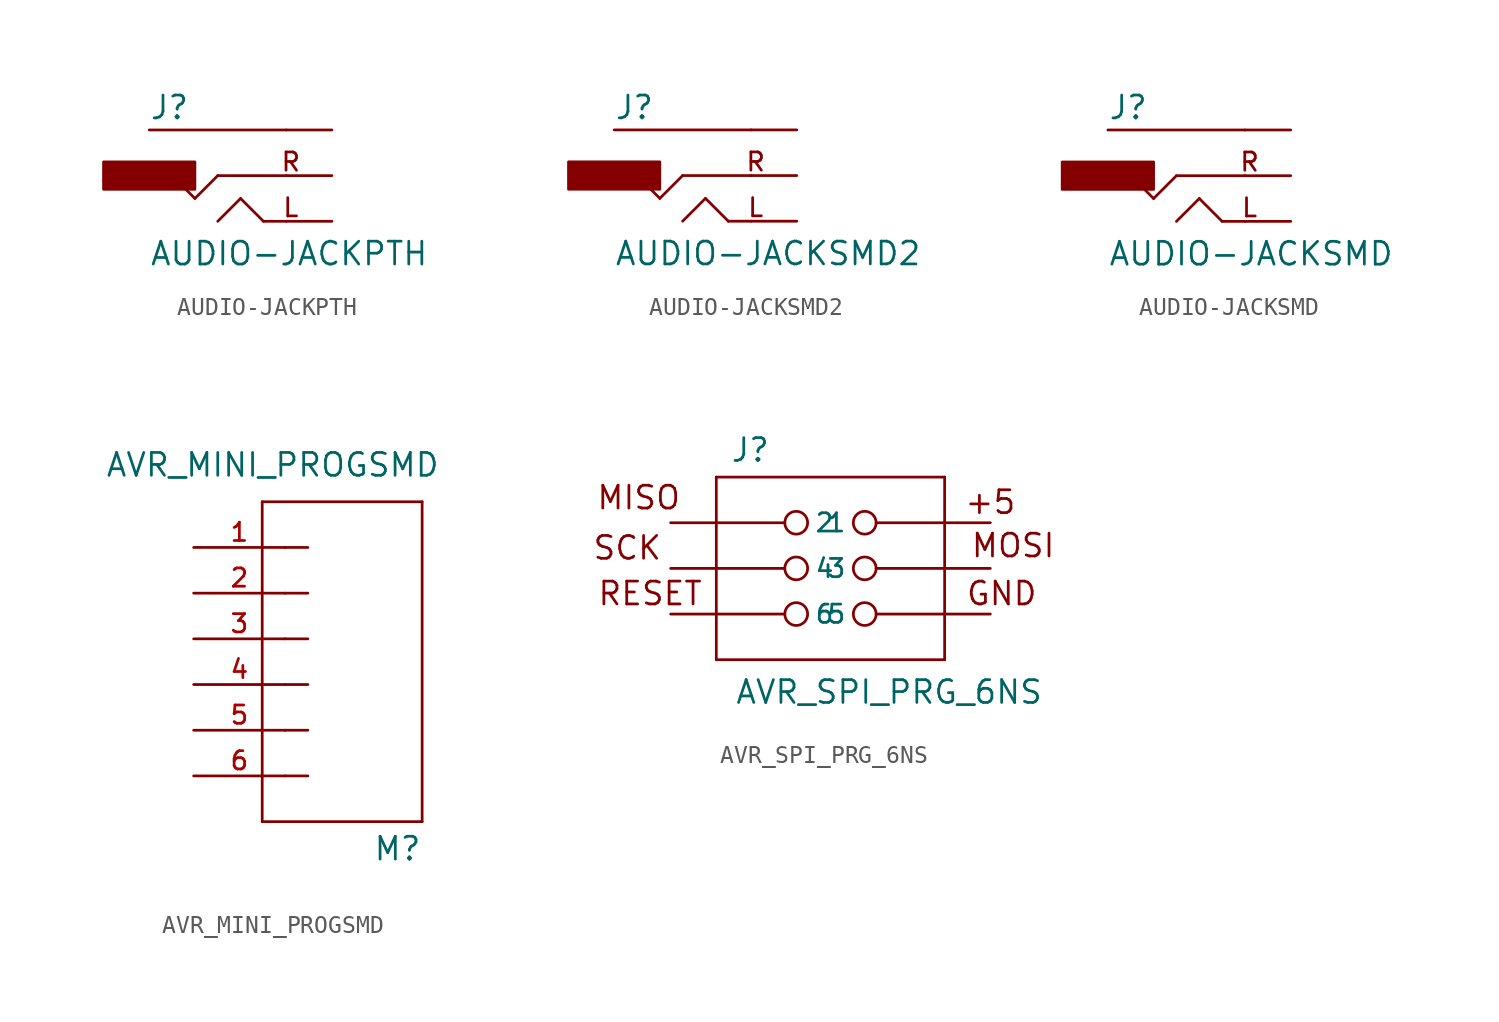
<source format=kicad_sym>
(kicad_symbol_lib
  (version 20211014)
  (generator kicad_symbol_editor)
  (symbol "AUDIO-JACKPTH"
    (pin_numbers hide)
    (pin_names
      (offset 1.016) hide)
    (property "Reference" "J"
      (at -5.08 3.048 0)
      (effects (font (size 1.27 1.27)) (justify left bottom)))
    (property "Value" "AUDIO-JACKPTH"
      (at -5.08 -5.08 0)
      (effects (font (size 1.27 1.27)) (justify left bottom)))
    (property "Datasheet" ""
      (at 0 0 0)
      (effects (font (size 1.524 1.524))))
    (property "ki_locked" ""
      (at 0 0 0)
      (effects (font (size 1.27 1.27))))
    (symbol "AUDIO-JACKPTH_1_0"
      (polyline (pts (xy -2.54 -1.27) (xy -3.81 0)) (stroke (width 0) (type default) (color 0 0 0 0)) (fill (type none)))
      (polyline (pts (xy -1.27 -2.54) (xy 0 -1.27)) (stroke (width 0) (type default) (color 0 0 0 0)) (fill (type none)))
      (polyline (pts (xy -1.27 0) (xy -2.54 -1.27)) (stroke (width 0) (type default) (color 0 0 0 0)) (fill (type none)))
      (polyline (pts (xy 0 -1.27) (xy 1.27 -2.54)) (stroke (width 0) (type default) (color 0 0 0 0)) (fill (type none)))
      (polyline (pts (xy 1.27 -2.54) (xy 2.54 -2.54)) (stroke (width 0) (type default) (color 0 0 0 0)) (fill (type none)))
      (polyline (pts (xy 2.54 0) (xy -1.27 0)) (stroke (width 0) (type default) (color 0 0 0 0)) (fill (type none)))
      (polyline (pts (xy 2.54 2.54) (xy -5.08 2.54)) (stroke (width 0) (type default) (color 0 0 0 0)) (fill (type none)))
      (text "L" (at 2.794 -1.778 0) (effects (font (size 1.016 1.016))))
      (text "R" (at 2.794 0.762 0) (effects (font (size 1.016 1.016)))))
    (symbol "AUDIO-JACKPTH_1_1"
      (rectangle (start -7.62 -0.762) (end -2.54 0.762) (stroke (width 0) (type default) (color 0 0 0 0)) (fill (type outline)))
      (pin bidirectional line (at 5.08 0 180) (length 2.54) (name "RIGHT" (effects (font (size 1.016 1.016)))) (number "RING" (effects (font (size 1.016 1.016)))))
      (pin bidirectional line (at 5.08 2.54 180) (length 2.54) (name "SLEEVE" (effects (font (size 1.016 1.016)))) (number "SLEE" (effects (font (size 1.016 1.016)))))
      (pin bidirectional line (at 5.08 -2.54 180) (length 2.54) (name "LEFT" (effects (font (size 1.016 1.016)))) (number "TIP" (effects (font (size 1.016 1.016)))))))
  (symbol "AUDIO-JACKSMD2"
    (pin_numbers hide)
    (pin_names
      (offset 1.016) hide)
    (property "Reference" "J"
      (at -5.08 3.048 0)
      (effects (font (size 1.27 1.27)) (justify left bottom)))
    (property "Value" "AUDIO-JACKSMD2"
      (at -5.08 -5.08 0)
      (effects (font (size 1.27 1.27)) (justify left bottom)))
    (property "Datasheet" ""
      (at 0 0 0)
      (effects (font (size 1.524 1.524))))
    (property "ki_locked" ""
      (at 0 0 0)
      (effects (font (size 1.27 1.27))))
    (symbol "AUDIO-JACKSMD2_1_0"
      (polyline (pts (xy -2.54 -1.27) (xy -3.81 0)) (stroke (width 0) (type default) (color 0 0 0 0)) (fill (type none)))
      (polyline (pts (xy -1.27 -2.54) (xy 0 -1.27)) (stroke (width 0) (type default) (color 0 0 0 0)) (fill (type none)))
      (polyline (pts (xy -1.27 0) (xy -2.54 -1.27)) (stroke (width 0) (type default) (color 0 0 0 0)) (fill (type none)))
      (polyline (pts (xy 0 -1.27) (xy 1.27 -2.54)) (stroke (width 0) (type default) (color 0 0 0 0)) (fill (type none)))
      (polyline (pts (xy 1.27 -2.54) (xy 2.54 -2.54)) (stroke (width 0) (type default) (color 0 0 0 0)) (fill (type none)))
      (polyline (pts (xy 2.54 0) (xy -1.27 0)) (stroke (width 0) (type default) (color 0 0 0 0)) (fill (type none)))
      (polyline (pts (xy 2.54 2.54) (xy -5.08 2.54)) (stroke (width 0) (type default) (color 0 0 0 0)) (fill (type none)))
      (text "L" (at 2.794 -1.778 0) (effects (font (size 1.016 1.016))))
      (text "R" (at 2.794 0.762 0) (effects (font (size 1.016 1.016)))))
    (symbol "AUDIO-JACKSMD2_1_1"
      (rectangle (start -7.62 -0.762) (end -2.54 0.762) (stroke (width 0) (type default) (color 0 0 0 0)) (fill (type outline)))
      (pin bidirectional line (at 5.08 0 180) (length 2.54) (name "RIGHT" (effects (font (size 1.016 1.016)))) (number "RING" (effects (font (size 1.016 1.016)))))
      (pin bidirectional line (at 5.08 2.54 180) (length 2.54) (name "SLEEVE" (effects (font (size 1.016 1.016)))) (number "SLEE" (effects (font (size 1.016 1.016)))))
      (pin bidirectional line (at 5.08 -2.54 180) (length 2.54) (name "LEFT" (effects (font (size 1.016 1.016)))) (number "TIP" (effects (font (size 1.016 1.016)))))))
  (symbol "AUDIO-JACKSMD"
    (pin_numbers hide)
    (pin_names
      (offset 1.016) hide)
    (property "Reference" "J"
      (at -5.08 3.048 0)
      (effects (font (size 1.27 1.27)) (justify left bottom)))
    (property "Value" "AUDIO-JACKSMD"
      (at -5.08 -5.08 0)
      (effects (font (size 1.27 1.27)) (justify left bottom)))
    (property "Datasheet" ""
      (at 0 0 0)
      (effects (font (size 1.524 1.524))))
    (property "ki_locked" ""
      (at 0 0 0)
      (effects (font (size 1.27 1.27))))
    (symbol "AUDIO-JACKSMD_1_0"
      (polyline (pts (xy -2.54 -1.27) (xy -3.81 0)) (stroke (width 0) (type default) (color 0 0 0 0)) (fill (type none)))
      (polyline (pts (xy -1.27 -2.54) (xy 0 -1.27)) (stroke (width 0) (type default) (color 0 0 0 0)) (fill (type none)))
      (polyline (pts (xy -1.27 0) (xy -2.54 -1.27)) (stroke (width 0) (type default) (color 0 0 0 0)) (fill (type none)))
      (polyline (pts (xy 0 -1.27) (xy 1.27 -2.54)) (stroke (width 0) (type default) (color 0 0 0 0)) (fill (type none)))
      (polyline (pts (xy 1.27 -2.54) (xy 2.54 -2.54)) (stroke (width 0) (type default) (color 0 0 0 0)) (fill (type none)))
      (polyline (pts (xy 2.54 0) (xy -1.27 0)) (stroke (width 0) (type default) (color 0 0 0 0)) (fill (type none)))
      (polyline (pts (xy 2.54 2.54) (xy -5.08 2.54)) (stroke (width 0) (type default) (color 0 0 0 0)) (fill (type none)))
      (text "L" (at 2.794 -1.778 0) (effects (font (size 1.016 1.016))))
      (text "R" (at 2.794 0.762 0) (effects (font (size 1.016 1.016)))))
    (symbol "AUDIO-JACKSMD_1_1"
      (rectangle (start -7.62 -0.762) (end -2.54 0.762) (stroke (width 0) (type default) (color 0 0 0 0)) (fill (type outline)))
      (pin bidirectional line (at 5.08 -2.54 180) (length 2.54) (name "LEFT" (effects (font (size 1.016 1.016)))) (number "1" (effects (font (size 1.016 1.016)))))
      (pin bidirectional line (at 5.08 0 180) (length 2.54) (name "RIGHT" (effects (font (size 1.016 1.016)))) (number "4" (effects (font (size 1.016 1.016)))))
      (pin bidirectional line (at 5.08 2.54 180) (length 2.54) (name "SLEEVE" (effects (font (size 1.016 1.016)))) (number "5" (effects (font (size 1.016 1.016)))))))
  (symbol "AVR_MINI_PROGSMD"
    (pin_names
      (offset 1.016) hide)
    (property "Reference" "M"
      (at 5.08 -10.922 0)
      (effects (font (size 1.27 1.27)) (justify right top)))
    (property "Value" "AVR_MINI_PROGSMD"
      (at 6.096 10.414 0)
      (effects (font (size 1.27 1.27)) (justify right top)))
    (property "Datasheet" ""
      (at 0 0 0)
      (effects (font (size 1.524 1.524))))
    (property "ki_locked" ""
      (at 0 0 0)
      (effects (font (size 1.27 1.27))))
    (symbol "AVR_MINI_PROGSMD_1_0"
      (polyline (pts (xy -3.81 7.62) (xy -3.81 -10.16)) (stroke (width 0) (type default) (color 0 0 0 0)) (fill (type none)))
      (polyline (pts (xy -3.81 7.62) (xy 5.08 7.62)) (stroke (width 0) (type default) (color 0 0 0 0)) (fill (type none)))
      (polyline (pts (xy -1.27 -7.62) (xy -2.54 -7.62)) (stroke (width 0) (type default) (color 0 0 0 0)) (fill (type none)))
      (polyline (pts (xy -1.27 -5.08) (xy -2.54 -5.08)) (stroke (width 0) (type default) (color 0 0 0 0)) (fill (type none)))
      (polyline (pts (xy -1.27 -2.54) (xy -2.54 -2.54)) (stroke (width 0) (type default) (color 0 0 0 0)) (fill (type none)))
      (polyline (pts (xy -1.27 0) (xy -2.54 0)) (stroke (width 0) (type default) (color 0 0 0 0)) (fill (type none)))
      (polyline (pts (xy -1.27 2.54) (xy -2.54 2.54)) (stroke (width 0) (type default) (color 0 0 0 0)) (fill (type none)))
      (polyline (pts (xy -1.27 5.08) (xy -2.54 5.08)) (stroke (width 0) (type default) (color 0 0 0 0)) (fill (type none)))
      (polyline (pts (xy 5.08 -10.16) (xy -3.81 -10.16)) (stroke (width 0) (type default) (color 0 0 0 0)) (fill (type none)))
      (polyline (pts (xy 5.08 -10.16) (xy 5.08 7.62)) (stroke (width 0) (type default) (color 0 0 0 0)) (fill (type none))))
    (symbol "AVR_MINI_PROGSMD_1_1"
      (pin passive line (at -7.62 5.08 0) (length 5.08) (name "VCC" (effects (font (size 1.016 1.016)))) (number "1" (effects (font (size 1.016 1.016)))))
      (pin passive line (at -7.62 2.54 0) (length 5.08) (name "GND" (effects (font (size 1.016 1.016)))) (number "2" (effects (font (size 1.016 1.016)))))
      (pin passive line (at -7.62 0 0) (length 5.08) (name "RST" (effects (font (size 1.016 1.016)))) (number "3" (effects (font (size 1.016 1.016)))))
      (pin passive line (at -7.62 -2.54 0) (length 5.08) (name "MOSI" (effects (font (size 1.016 1.016)))) (number "4" (effects (font (size 1.016 1.016)))))
      (pin passive line (at -7.62 -5.08 0) (length 5.08) (name "SCK" (effects (font (size 1.016 1.016)))) (number "5" (effects (font (size 1.016 1.016)))))
      (pin passive line (at -7.62 -7.62 0) (length 5.08) (name "MISO" (effects (font (size 1.016 1.016)))) (number "6" (effects (font (size 1.016 1.016)))))))
  (symbol "AVR_SPI_PRG_6NS"
    (pin_numbers hide)
    (pin_names
      (offset 1.016))
    (property "Reference" "J"
      (at -4.318 5.842 0)
      (effects (font (size 1.27 1.27)) (justify left bottom)))
    (property "Value" "AVR_SPI_PRG_6NS"
      (at -4.064 -7.62 0)
      (effects (font (size 1.27 1.27)) (justify left bottom)))
    (property "Datasheet" ""
      (at 0 0 0)
      (effects (font (size 1.524 1.524))))
    (property "ki_locked" ""
      (at 0 0 0)
      (effects (font (size 1.27 1.27))))
    (symbol "AVR_SPI_PRG_6NS_1_0"
      (polyline (pts (xy -5.08 -5.08) (xy 7.62 -5.08)) (stroke (width 0) (type default) (color 0 0 0 0)) (fill (type none)))
      (polyline (pts (xy -5.08 5.08) (xy -5.08 -5.08)) (stroke (width 0) (type default) (color 0 0 0 0)) (fill (type none)))
      (polyline (pts (xy 7.62 -5.08) (xy 7.62 5.08)) (stroke (width 0) (type default) (color 0 0 0 0)) (fill (type none)))
      (polyline (pts (xy 7.62 5.08) (xy -5.08 5.08)) (stroke (width 0) (type default) (color 0 0 0 0)) (fill (type none)))
      (text "+5" (at 10.16 3.683 0) (effects (font (size 1.27 1.27))))
      (text "GND" (at 10.795 -1.397 0) (effects (font (size 1.27 1.27))))
      (text "MISO" (at -9.398 3.937 0) (effects (font (size 1.27 1.27))))
      (text "MOSI" (at 11.43 1.27 0) (effects (font (size 1.27 1.27))))
      (text "RESET" (at -8.763 -1.397 0) (effects (font (size 1.27 1.27))))
      (text "SCK" (at -10.033 1.143 0) (effects (font (size 1.27 1.27)))))
    (symbol "AVR_SPI_PRG_6NS_1_1"
      (pin passive inverted (at -7.62 2.54 0) (length 7.62) (name "1" (effects (font (size 1.016 1.016)))) (number "1" (effects (font (size 1.016 1.016)))))
      (pin passive inverted (at 10.16 2.54 180) (length 7.62) (name "2" (effects (font (size 1.016 1.016)))) (number "2" (effects (font (size 1.016 1.016)))))
      (pin passive inverted (at -7.62 0 0) (length 7.62) (name "3" (effects (font (size 1.016 1.016)))) (number "3" (effects (font (size 1.016 1.016)))))
      (pin passive inverted (at 10.16 0 180) (length 7.62) (name "4" (effects (font (size 1.016 1.016)))) (number "4" (effects (font (size 1.016 1.016)))))
      (pin passive inverted (at -7.62 -2.54 0) (length 7.62) (name "5" (effects (font (size 1.016 1.016)))) (number "5" (effects (font (size 1.016 1.016)))))
      (pin passive inverted (at 10.16 -2.54 180) (length 7.62) (name "6" (effects (font (size 1.016 1.016)))) (number "6" (effects (font (size 1.016 1.016))))))))
</source>
